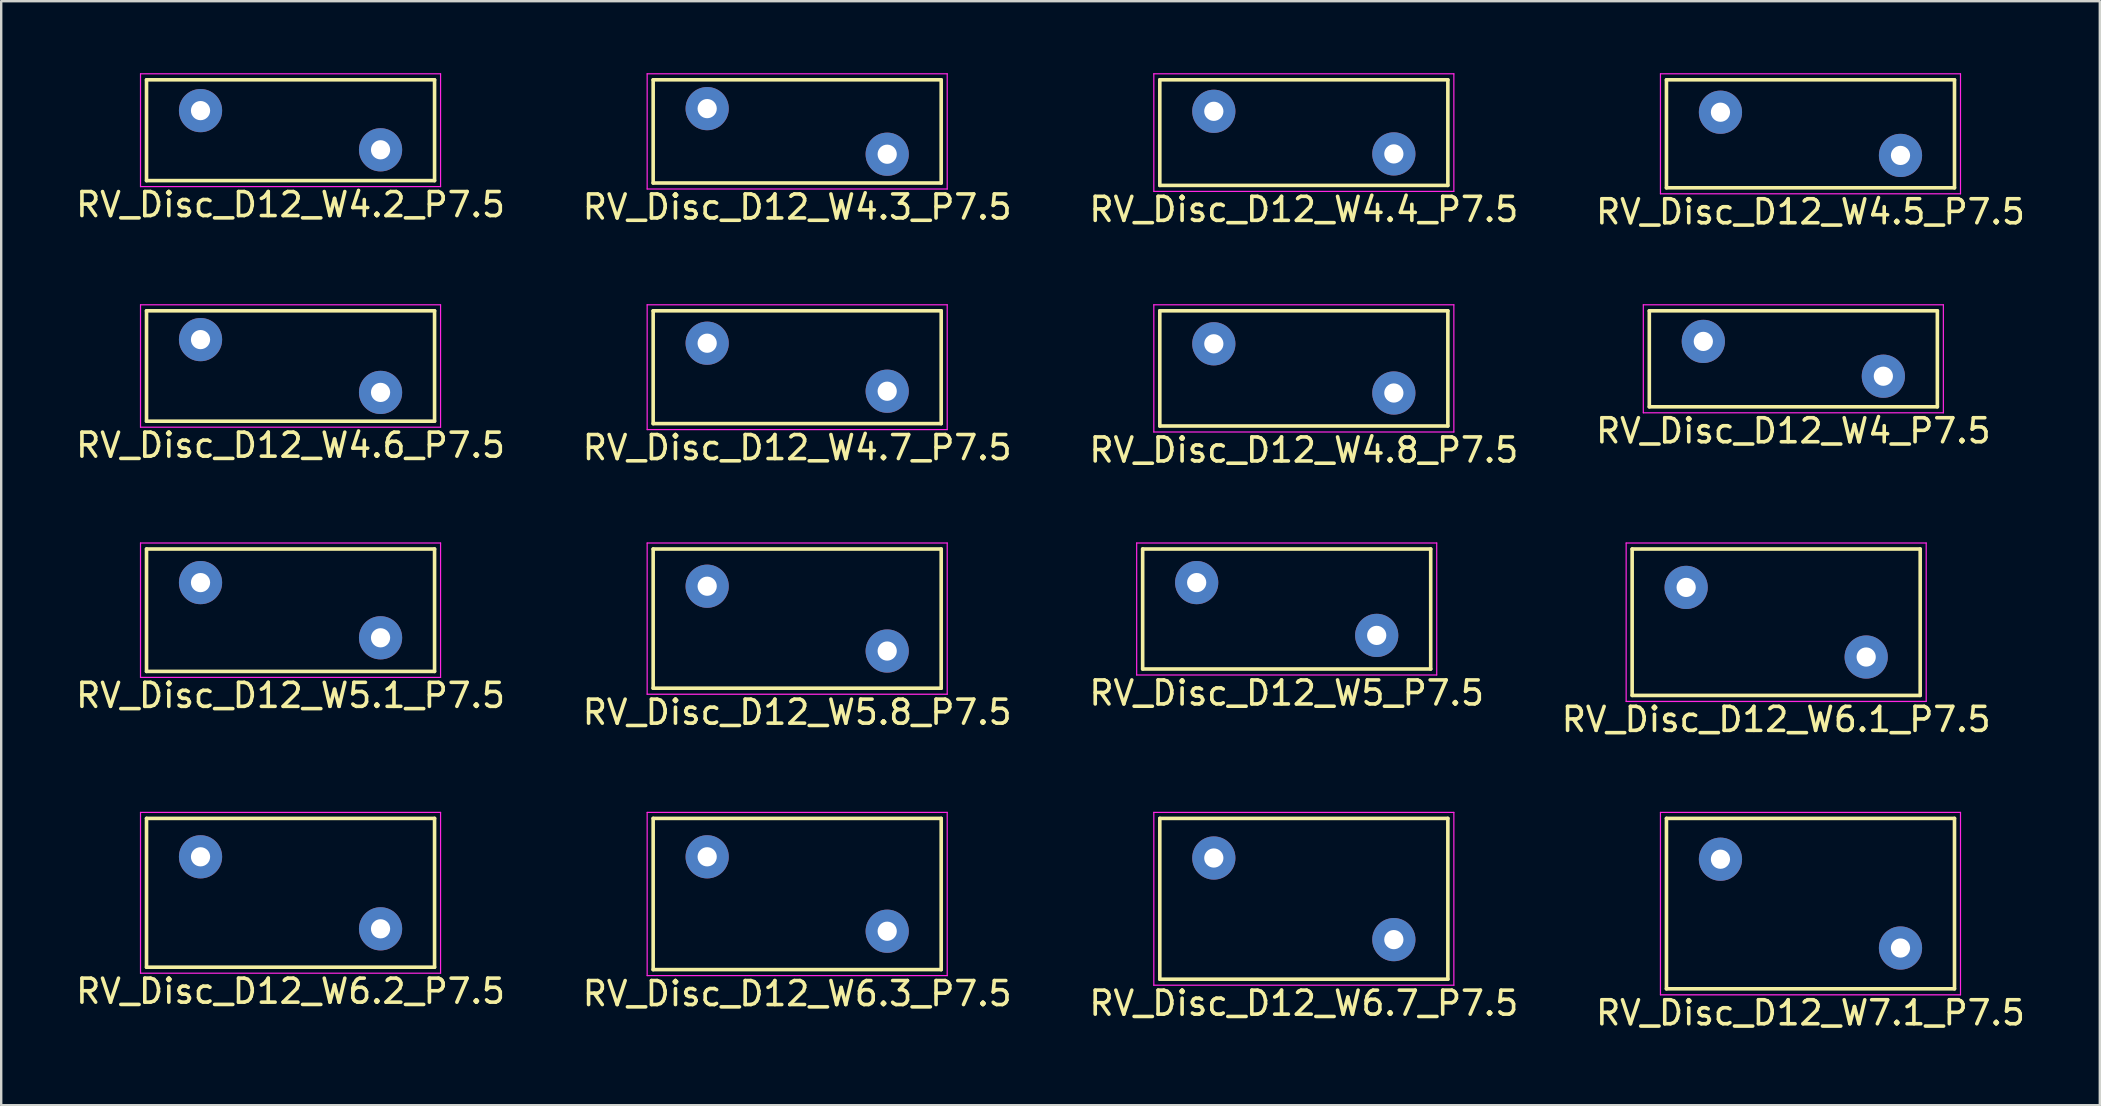
<source format=kicad_pcb>
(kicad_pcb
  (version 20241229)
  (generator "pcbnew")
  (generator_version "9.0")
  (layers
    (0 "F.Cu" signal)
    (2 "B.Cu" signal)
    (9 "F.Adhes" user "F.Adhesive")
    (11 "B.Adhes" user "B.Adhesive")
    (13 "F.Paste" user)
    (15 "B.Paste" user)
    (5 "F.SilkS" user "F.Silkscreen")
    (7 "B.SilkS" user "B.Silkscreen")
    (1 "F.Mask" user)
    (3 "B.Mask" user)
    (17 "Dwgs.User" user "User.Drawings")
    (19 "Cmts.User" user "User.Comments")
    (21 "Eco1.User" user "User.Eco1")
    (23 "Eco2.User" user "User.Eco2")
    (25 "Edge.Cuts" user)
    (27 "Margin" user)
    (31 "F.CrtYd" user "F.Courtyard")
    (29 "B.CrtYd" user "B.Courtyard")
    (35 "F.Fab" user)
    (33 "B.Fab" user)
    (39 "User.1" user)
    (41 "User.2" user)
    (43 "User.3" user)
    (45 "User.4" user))
  (footprint "RV_Disc_D12_W4.8_P7.5"
    (layer "F.Cu")
    (at 47.518 11.273)
    (property "Reference" "RV_Disc_D12_W4.8_P7.5" (at 3.75 4.425 0) (layer "F.SilkS") (effects (font (size 1 1) (thickness 0.15))))
    (attr through_hole)
    (fp_line (start -2.25 -1.375) (end -2.25 3.425) (stroke (width 0.15) (type solid)) (layer "F.SilkS"))
    (fp_line (start -2.25 -1.375) (end 9.75 -1.375) (stroke (width 0.15) (type solid)) (layer "F.SilkS"))
    (fp_line (start -2.25 3.425) (end 9.75 3.425) (stroke (width 0.15) (type solid)) (layer "F.SilkS"))
    (fp_line (start 9.75 -1.375) (end 9.75 3.425) (stroke (width 0.15) (type solid)) (layer "F.SilkS"))
    (fp_line (start -2.5 -1.625) (end -2.5 3.675) (stroke (width 0.05) (type solid)) (layer "F.CrtYd"))
    (fp_line (start -2.5 -1.625) (end 10 -1.625) (stroke (width 0.05) (type solid)) (layer "F.CrtYd"))
    (fp_line (start -2.5 3.675) (end 10 3.675) (stroke (width 0.05) (type solid)) (layer "F.CrtYd"))
    (fp_line (start 10 -1.625) (end 10 3.675) (stroke (width 0.05) (type solid)) (layer "F.CrtYd"))
    (pad "1" thru_hole circle (at 0 0) (size 1.8 1.8) (drill 0.8) (layers "*.Cu" "*.Mask"))
    (pad "2" thru_hole circle (at 7.5 2.05) (size 1.8 1.8) (drill 0.8) (layers "*.Cu" "*.Mask")))
  (footprint "RV_Disc_D12_W4.3_P7.5"
    (layer "F.Cu")
    (at 26.411 1.475)
    (property "Reference" "RV_Disc_D12_W4.3_P7.5" (at 3.75 4.1 0) (layer "F.SilkS") (effects (font (size 1 1) (thickness 0.15))))
    (attr through_hole)
    (fp_line (start -2.25 -1.2) (end -2.25 3.1) (stroke (width 0.15) (type solid)) (layer "F.SilkS"))
    (fp_line (start -2.25 -1.2) (end 9.75 -1.2) (stroke (width 0.15) (type solid)) (layer "F.SilkS"))
    (fp_line (start -2.25 3.1) (end 9.75 3.1) (stroke (width 0.15) (type solid)) (layer "F.SilkS"))
    (fp_line (start 9.75 -1.2) (end 9.75 3.1) (stroke (width 0.15) (type solid)) (layer "F.SilkS"))
    (fp_line (start -2.5 -1.45) (end -2.5 3.35) (stroke (width 0.05) (type solid)) (layer "F.CrtYd"))
    (fp_line (start -2.5 -1.45) (end 10 -1.45) (stroke (width 0.05) (type solid)) (layer "F.CrtYd"))
    (fp_line (start -2.5 3.35) (end 10 3.35) (stroke (width 0.05) (type solid)) (layer "F.CrtYd"))
    (fp_line (start 10 -1.45) (end 10 3.35) (stroke (width 0.05) (type solid)) (layer "F.CrtYd"))
    (pad "1" thru_hole circle (at 0 0) (size 1.8 1.8) (drill 0.8) (layers "*.Cu" "*.Mask"))
    (pad "2" thru_hole circle (at 7.5 1.9) (size 1.8 1.8) (drill 0.8) (layers "*.Cu" "*.Mask")))
  (footprint "RV_Disc_D12_W6.2_P7.5"
    (layer "F.Cu")
    (at 5.304 32.645)
    (property "Reference" "RV_Disc_D12_W6.2_P7.5" (at 3.75 5.6 0) (layer "F.SilkS") (effects (font (size 1 1) (thickness 0.15))))
    (attr through_hole)
    (fp_line (start -2.25 -1.6) (end -2.25 4.6) (stroke (width 0.15) (type solid)) (layer "F.SilkS"))
    (fp_line (start -2.25 -1.6) (end 9.75 -1.6) (stroke (width 0.15) (type solid)) (layer "F.SilkS"))
    (fp_line (start -2.25 4.6) (end 9.75 4.6) (stroke (width 0.15) (type solid)) (layer "F.SilkS"))
    (fp_line (start 9.75 -1.6) (end 9.75 4.6) (stroke (width 0.15) (type solid)) (layer "F.SilkS"))
    (fp_line (start -2.5 -1.85) (end -2.5 4.85) (stroke (width 0.05) (type solid)) (layer "F.CrtYd"))
    (fp_line (start -2.5 -1.85) (end 10 -1.85) (stroke (width 0.05) (type solid)) (layer "F.CrtYd"))
    (fp_line (start -2.5 4.85) (end 10 4.85) (stroke (width 0.05) (type solid)) (layer "F.CrtYd"))
    (fp_line (start 10 -1.85) (end 10 4.85) (stroke (width 0.05) (type solid)) (layer "F.CrtYd"))
    (pad "1" thru_hole circle (at 0 0) (size 1.8 1.8) (drill 0.8) (layers "*.Cu" "*.Mask"))
    (pad "2" thru_hole circle (at 7.5 3) (size 1.8 1.8) (drill 0.8) (layers "*.Cu" "*.Mask")))
  (footprint "RV_Disc_D12_W4.5_P7.5"
    (layer "F.Cu")
    (at 68.625 1.625)
    (property "Reference" "RV_Disc_D12_W4.5_P7.5" (at 3.75 4.15 0) (layer "F.SilkS") (effects (font (size 1 1) (thickness 0.15))))
    (attr through_hole)
    (fp_line (start -2.25 -1.35) (end -2.25 3.15) (stroke (width 0.15) (type solid)) (layer "F.SilkS"))
    (fp_line (start -2.25 -1.35) (end 9.75 -1.35) (stroke (width 0.15) (type solid)) (layer "F.SilkS"))
    (fp_line (start -2.25 3.15) (end 9.75 3.15) (stroke (width 0.15) (type solid)) (layer "F.SilkS"))
    (fp_line (start 9.75 -1.35) (end 9.75 3.15) (stroke (width 0.15) (type solid)) (layer "F.SilkS"))
    (fp_line (start -2.5 -1.6) (end -2.5 3.4) (stroke (width 0.05) (type solid)) (layer "F.CrtYd"))
    (fp_line (start -2.5 -1.6) (end 10 -1.6) (stroke (width 0.05) (type solid)) (layer "F.CrtYd"))
    (fp_line (start -2.5 3.4) (end 10 3.4) (stroke (width 0.05) (type solid)) (layer "F.CrtYd"))
    (fp_line (start 10 -1.6) (end 10 3.4) (stroke (width 0.05) (type solid)) (layer "F.CrtYd"))
    (pad "1" thru_hole circle (at 0 0) (size 1.8 1.8) (drill 0.8) (layers "*.Cu" "*.Mask"))
    (pad "2" thru_hole circle (at 7.5 1.8) (size 1.8 1.8) (drill 0.8) (layers "*.Cu" "*.Mask")))
  (footprint "RV_Disc_D12_W4.4_P7.5"
    (layer "F.Cu")
    (at 47.518 1.587)
    (property "Reference" "RV_Disc_D12_W4.4_P7.5" (at 3.75 4.088 0) (layer "F.SilkS") (effects (font (size 1 1) (thickness 0.15))))
    (attr through_hole)
    (fp_line (start -2.25 -1.312) (end -2.25 3.087) (stroke (width 0.15) (type solid)) (layer "F.SilkS"))
    (fp_line (start -2.25 -1.312) (end 9.75 -1.312) (stroke (width 0.15) (type solid)) (layer "F.SilkS"))
    (fp_line (start -2.25 3.087) (end 9.75 3.087) (stroke (width 0.15) (type solid)) (layer "F.SilkS"))
    (fp_line (start 9.75 -1.312) (end 9.75 3.087) (stroke (width 0.15) (type solid)) (layer "F.SilkS"))
    (fp_line (start -2.5 -1.562) (end -2.5 3.337) (stroke (width 0.05) (type solid)) (layer "F.CrtYd"))
    (fp_line (start -2.5 -1.562) (end 10 -1.562) (stroke (width 0.05) (type solid)) (layer "F.CrtYd"))
    (fp_line (start -2.5 3.337) (end 10 3.337) (stroke (width 0.05) (type solid)) (layer "F.CrtYd"))
    (fp_line (start 10 -1.562) (end 10 3.337) (stroke (width 0.05) (type solid)) (layer "F.CrtYd"))
    (pad "1" thru_hole circle (at 0 0) (size 1.8 1.8) (drill 0.8) (layers "*.Cu" "*.Mask"))
    (pad "2" thru_hole circle (at 7.5 1.775) (size 1.8 1.8) (drill 0.8) (layers "*.Cu" "*.Mask")))
  (footprint "RV_Disc_D12_W4.2_P7.5"
    (layer "F.Cu")
    (at 5.304 1.558)
    (property "Reference" "RV_Disc_D12_W4.2_P7.5" (at 3.75 3.917 0) (layer "F.SilkS") (effects (font (size 1 1) (thickness 0.15))))
    (attr through_hole)
    (fp_line (start -2.25 -1.283) (end -2.25 2.917) (stroke (width 0.15) (type solid)) (layer "F.SilkS"))
    (fp_line (start -2.25 -1.283) (end 9.75 -1.283) (stroke (width 0.15) (type solid)) (layer "F.SilkS"))
    (fp_line (start -2.25 2.917) (end 9.75 2.917) (stroke (width 0.15) (type solid)) (layer "F.SilkS"))
    (fp_line (start 9.75 -1.283) (end 9.75 2.917) (stroke (width 0.15) (type solid)) (layer "F.SilkS"))
    (fp_line (start -2.5 -1.533) (end -2.5 3.167) (stroke (width 0.05) (type solid)) (layer "F.CrtYd"))
    (fp_line (start -2.5 -1.533) (end 10 -1.533) (stroke (width 0.05) (type solid)) (layer "F.CrtYd"))
    (fp_line (start -2.5 3.167) (end 10 3.167) (stroke (width 0.05) (type solid)) (layer "F.CrtYd"))
    (fp_line (start 10 -1.533) (end 10 3.167) (stroke (width 0.05) (type solid)) (layer "F.CrtYd"))
    (pad "1" thru_hole circle (at 0 0) (size 1.8 1.8) (drill 0.8) (layers "*.Cu" "*.Mask"))
    (pad "2" thru_hole circle (at 7.5 1.633) (size 1.8 1.8) (drill 0.8) (layers "*.Cu" "*.Mask")))
  (footprint "RV_Disc_D12_W5.1_P7.5"
    (layer "F.Cu")
    (at 5.304 21.221)
    (property "Reference" "RV_Disc_D12_W5.1_P7.5" (at 3.75 4.7 0) (layer "F.SilkS") (effects (font (size 1 1) (thickness 0.15))))
    (attr through_hole)
    (fp_line (start -2.25 -1.4) (end -2.25 3.7) (stroke (width 0.15) (type solid)) (layer "F.SilkS"))
    (fp_line (start -2.25 -1.4) (end 9.75 -1.4) (stroke (width 0.15) (type solid)) (layer "F.SilkS"))
    (fp_line (start -2.25 3.7) (end 9.75 3.7) (stroke (width 0.15) (type solid)) (layer "F.SilkS"))
    (fp_line (start 9.75 -1.4) (end 9.75 3.7) (stroke (width 0.15) (type solid)) (layer "F.SilkS"))
    (fp_line (start -2.5 -1.65) (end -2.5 3.95) (stroke (width 0.05) (type solid)) (layer "F.CrtYd"))
    (fp_line (start -2.5 -1.65) (end 10 -1.65) (stroke (width 0.05) (type solid)) (layer "F.CrtYd"))
    (fp_line (start -2.5 3.95) (end 10 3.95) (stroke (width 0.05) (type solid)) (layer "F.CrtYd"))
    (fp_line (start 10 -1.65) (end 10 3.95) (stroke (width 0.05) (type solid)) (layer "F.CrtYd"))
    (pad "1" thru_hole circle (at 0 0) (size 1.8 1.8) (drill 0.8) (layers "*.Cu" "*.Mask"))
    (pad "2" thru_hole circle (at 7.5 2.3) (size 1.8 1.8) (drill 0.8) (layers "*.Cu" "*.Mask")))
  (footprint "RV_Disc_D12_W5_P7.5"
    (layer "F.Cu")
    (at 46.804 21.221)
    (property "Reference" "RV_Disc_D12_W5_P7.5" (at 3.75 4.6 0) (layer "F.SilkS") (effects (font (size 1 1) (thickness 0.15))))
    (attr through_hole)
    (fp_line (start -2.25 -1.4) (end -2.25 3.6) (stroke (width 0.15) (type solid)) (layer "F.SilkS"))
    (fp_line (start -2.25 -1.4) (end 9.75 -1.4) (stroke (width 0.15) (type solid)) (layer "F.SilkS"))
    (fp_line (start -2.25 3.6) (end 9.75 3.6) (stroke (width 0.15) (type solid)) (layer "F.SilkS"))
    (fp_line (start 9.75 -1.4) (end 9.75 3.6) (stroke (width 0.15) (type solid)) (layer "F.SilkS"))
    (fp_line (start -2.5 -1.65) (end -2.5 3.85) (stroke (width 0.05) (type solid)) (layer "F.CrtYd"))
    (fp_line (start -2.5 -1.65) (end 10 -1.65) (stroke (width 0.05) (type solid)) (layer "F.CrtYd"))
    (fp_line (start -2.5 3.85) (end 10 3.85) (stroke (width 0.05) (type solid)) (layer "F.CrtYd"))
    (fp_line (start 10 -1.65) (end 10 3.85) (stroke (width 0.05) (type solid)) (layer "F.CrtYd"))
    (pad "1" thru_hole circle (at 0 0) (size 1.8 1.8) (drill 0.8) (layers "*.Cu" "*.Mask"))
    (pad "2" thru_hole circle (at 7.5 2.2) (size 1.8 1.8) (drill 0.8) (layers "*.Cu" "*.Mask")))
  (footprint "RV_Disc_D12_W7.1_P7.5"
    (layer "F.Cu")
    (at 68.625 32.745)
    (property "Reference" "RV_Disc_D12_W7.1_P7.5" (at 3.75 6.4 0) (layer "F.SilkS") (effects (font (size 1 1) (thickness 0.15))))
    (attr through_hole)
    (fp_line (start -2.25 -1.7) (end -2.25 5.4) (stroke (width 0.15) (type solid)) (layer "F.SilkS"))
    (fp_line (start -2.25 -1.7) (end 9.75 -1.7) (stroke (width 0.15) (type solid)) (layer "F.SilkS"))
    (fp_line (start -2.25 5.4) (end 9.75 5.4) (stroke (width 0.15) (type solid)) (layer "F.SilkS"))
    (fp_line (start 9.75 -1.7) (end 9.75 5.4) (stroke (width 0.15) (type solid)) (layer "F.SilkS"))
    (fp_line (start -2.5 -1.95) (end -2.5 5.65) (stroke (width 0.05) (type solid)) (layer "F.CrtYd"))
    (fp_line (start -2.5 -1.95) (end 10 -1.95) (stroke (width 0.05) (type solid)) (layer "F.CrtYd"))
    (fp_line (start -2.5 5.65) (end 10 5.65) (stroke (width 0.05) (type solid)) (layer "F.CrtYd"))
    (fp_line (start 10 -1.95) (end 10 5.65) (stroke (width 0.05) (type solid)) (layer "F.CrtYd"))
    (pad "1" thru_hole circle (at 0 0) (size 1.8 1.8) (drill 0.8) (layers "*.Cu" "*.Mask"))
    (pad "2" thru_hole circle (at 7.5 3.7) (size 1.8 1.8) (drill 0.8) (layers "*.Cu" "*.Mask")))
  (footprint "RV_Disc_D12_W5.8_P7.5"
    (layer "F.Cu")
    (at 26.411 21.372)
    (property "Reference" "RV_Disc_D12_W5.8_P7.5" (at 3.75 5.25 0) (layer "F.SilkS") (effects (font (size 1 1) (thickness 0.15))))
    (attr through_hole)
    (fp_line (start -2.25 -1.55) (end -2.25 4.25) (stroke (width 0.15) (type solid)) (layer "F.SilkS"))
    (fp_line (start -2.25 -1.55) (end 9.75 -1.55) (stroke (width 0.15) (type solid)) (layer "F.SilkS"))
    (fp_line (start -2.25 4.25) (end 9.75 4.25) (stroke (width 0.15) (type solid)) (layer "F.SilkS"))
    (fp_line (start 9.75 -1.55) (end 9.75 4.25) (stroke (width 0.15) (type solid)) (layer "F.SilkS"))
    (fp_line (start -2.5 -1.8) (end -2.5 4.5) (stroke (width 0.05) (type solid)) (layer "F.CrtYd"))
    (fp_line (start -2.5 -1.8) (end 10 -1.8) (stroke (width 0.05) (type solid)) (layer "F.CrtYd"))
    (fp_line (start -2.5 4.5) (end 10 4.5) (stroke (width 0.05) (type solid)) (layer "F.CrtYd"))
    (fp_line (start 10 -1.8) (end 10 4.5) (stroke (width 0.05) (type solid)) (layer "F.CrtYd"))
    (pad "1" thru_hole circle (at 0 0) (size 1.8 1.8) (drill 0.8) (layers "*.Cu" "*.Mask"))
    (pad "2" thru_hole circle (at 7.5 2.7) (size 1.8 1.8) (drill 0.8) (layers "*.Cu" "*.Mask")))
  (footprint "RV_Disc_D12_W4.7_P7.5"
    (layer "F.Cu")
    (at 26.411 11.248)
    (property "Reference" "RV_Disc_D12_W4.7_P7.5" (at 3.75 4.35 0) (layer "F.SilkS") (effects (font (size 1 1) (thickness 0.15))))
    (attr through_hole)
    (fp_line (start -2.25 -1.35) (end -2.25 3.35) (stroke (width 0.15) (type solid)) (layer "F.SilkS"))
    (fp_line (start -2.25 -1.35) (end 9.75 -1.35) (stroke (width 0.15) (type solid)) (layer "F.SilkS"))
    (fp_line (start -2.25 3.35) (end 9.75 3.35) (stroke (width 0.15) (type solid)) (layer "F.SilkS"))
    (fp_line (start 9.75 -1.35) (end 9.75 3.35) (stroke (width 0.15) (type solid)) (layer "F.SilkS"))
    (fp_line (start -2.5 -1.6) (end -2.5 3.6) (stroke (width 0.05) (type solid)) (layer "F.CrtYd"))
    (fp_line (start -2.5 -1.6) (end 10 -1.6) (stroke (width 0.05) (type solid)) (layer "F.CrtYd"))
    (fp_line (start -2.5 3.6) (end 10 3.6) (stroke (width 0.05) (type solid)) (layer "F.CrtYd"))
    (fp_line (start 10 -1.6) (end 10 3.6) (stroke (width 0.05) (type solid)) (layer "F.CrtYd"))
    (pad "1" thru_hole circle (at 0 0) (size 1.8 1.8) (drill 0.8) (layers "*.Cu" "*.Mask"))
    (pad "2" thru_hole circle (at 7.5 2) (size 1.8 1.8) (drill 0.8) (layers "*.Cu" "*.Mask")))
  (footprint "RV_Disc_D12_W4.6_P7.5"
    (layer "F.Cu")
    (at 5.304 11.098)
    (property "Reference" "RV_Disc_D12_W4.6_P7.5" (at 3.75 4.4 0) (layer "F.SilkS") (effects (font (size 1 1) (thickness 0.15))))
    (attr through_hole)
    (fp_line (start -2.25 -1.2) (end -2.25 3.4) (stroke (width 0.15) (type solid)) (layer "F.SilkS"))
    (fp_line (start -2.25 -1.2) (end 9.75 -1.2) (stroke (width 0.15) (type solid)) (layer "F.SilkS"))
    (fp_line (start -2.25 3.4) (end 9.75 3.4) (stroke (width 0.15) (type solid)) (layer "F.SilkS"))
    (fp_line (start 9.75 -1.2) (end 9.75 3.4) (stroke (width 0.15) (type solid)) (layer "F.SilkS"))
    (fp_line (start -2.5 -1.45) (end -2.5 3.65) (stroke (width 0.05) (type solid)) (layer "F.CrtYd"))
    (fp_line (start -2.5 -1.45) (end 10 -1.45) (stroke (width 0.05) (type solid)) (layer "F.CrtYd"))
    (fp_line (start -2.5 3.65) (end 10 3.65) (stroke (width 0.05) (type solid)) (layer "F.CrtYd"))
    (fp_line (start 10 -1.45) (end 10 3.65) (stroke (width 0.05) (type solid)) (layer "F.CrtYd"))
    (pad "1" thru_hole circle (at 0 0) (size 1.8 1.8) (drill 0.8) (layers "*.Cu" "*.Mask"))
    (pad "2" thru_hole circle (at 7.5 2.2) (size 1.8 1.8) (drill 0.8) (layers "*.Cu" "*.Mask")))
  (footprint "RV_Disc_D12_W6.1_P7.5"
    (layer "F.Cu")
    (at 67.196 21.422)
    (property "Reference" "RV_Disc_D12_W6.1_P7.5" (at 3.75 5.5 0) (layer "F.SilkS") (effects (font (size 1 1) (thickness 0.15))))
    (attr through_hole)
    (fp_line (start -2.25 -1.6) (end -2.25 4.5) (stroke (width 0.15) (type solid)) (layer "F.SilkS"))
    (fp_line (start -2.25 -1.6) (end 9.75 -1.6) (stroke (width 0.15) (type solid)) (layer "F.SilkS"))
    (fp_line (start -2.25 4.5) (end 9.75 4.5) (stroke (width 0.15) (type solid)) (layer "F.SilkS"))
    (fp_line (start 9.75 -1.6) (end 9.75 4.5) (stroke (width 0.15) (type solid)) (layer "F.SilkS"))
    (fp_line (start -2.5 -1.85) (end -2.5 4.75) (stroke (width 0.05) (type solid)) (layer "F.CrtYd"))
    (fp_line (start -2.5 -1.85) (end 10 -1.85) (stroke (width 0.05) (type solid)) (layer "F.CrtYd"))
    (fp_line (start -2.5 4.75) (end 10 4.75) (stroke (width 0.05) (type solid)) (layer "F.CrtYd"))
    (fp_line (start 10 -1.85) (end 10 4.75) (stroke (width 0.05) (type solid)) (layer "F.CrtYd"))
    (pad "1" thru_hole circle (at 0 0) (size 1.8 1.8) (drill 0.8) (layers "*.Cu" "*.Mask"))
    (pad "2" thru_hole circle (at 7.5 2.9) (size 1.8 1.8) (drill 0.8) (layers "*.Cu" "*.Mask")))
  (footprint "RV_Disc_D12_W6.3_P7.5"
    (layer "F.Cu")
    (at 26.411 32.645)
    (property "Reference" "RV_Disc_D12_W6.3_P7.5" (at 3.75 5.7 0) (layer "F.SilkS") (effects (font (size 1 1) (thickness 0.15))))
    (attr through_hole)
    (fp_line (start -2.25 -1.6) (end -2.25 4.7) (stroke (width 0.15) (type solid)) (layer "F.SilkS"))
    (fp_line (start -2.25 -1.6) (end 9.75 -1.6) (stroke (width 0.15) (type solid)) (layer "F.SilkS"))
    (fp_line (start -2.25 4.7) (end 9.75 4.7) (stroke (width 0.15) (type solid)) (layer "F.SilkS"))
    (fp_line (start 9.75 -1.6) (end 9.75 4.7) (stroke (width 0.15) (type solid)) (layer "F.SilkS"))
    (fp_line (start -2.5 -1.85) (end -2.5 4.95) (stroke (width 0.05) (type solid)) (layer "F.CrtYd"))
    (fp_line (start -2.5 -1.85) (end 10 -1.85) (stroke (width 0.05) (type solid)) (layer "F.CrtYd"))
    (fp_line (start -2.5 4.95) (end 10 4.95) (stroke (width 0.05) (type solid)) (layer "F.CrtYd"))
    (fp_line (start 10 -1.85) (end 10 4.95) (stroke (width 0.05) (type solid)) (layer "F.CrtYd"))
    (pad "1" thru_hole circle (at 0 0) (size 1.8 1.8) (drill 0.8) (layers "*.Cu" "*.Mask"))
    (pad "2" thru_hole circle (at 7.5 3.1) (size 1.8 1.8) (drill 0.8) (layers "*.Cu" "*.Mask")))
  (footprint "RV_Disc_D12_W4_P7.5"
    (layer "F.Cu")
    (at 67.911 11.173)
    (property "Reference" "RV_Disc_D12_W4_P7.5" (at 3.75 3.725 0) (layer "F.SilkS") (effects (font (size 1 1) (thickness 0.15))))
    (attr through_hole)
    (fp_line (start -2.25 -1.275) (end -2.25 2.725) (stroke (width 0.15) (type solid)) (layer "F.SilkS"))
    (fp_line (start -2.25 -1.275) (end 9.75 -1.275) (stroke (width 0.15) (type solid)) (layer "F.SilkS"))
    (fp_line (start -2.25 2.725) (end 9.75 2.725) (stroke (width 0.15) (type solid)) (layer "F.SilkS"))
    (fp_line (start 9.75 -1.275) (end 9.75 2.725) (stroke (width 0.15) (type solid)) (layer "F.SilkS"))
    (fp_line (start -2.5 -1.525) (end -2.5 2.975) (stroke (width 0.05) (type solid)) (layer "F.CrtYd"))
    (fp_line (start -2.5 -1.525) (end 10 -1.525) (stroke (width 0.05) (type solid)) (layer "F.CrtYd"))
    (fp_line (start -2.5 2.975) (end 10 2.975) (stroke (width 0.05) (type solid)) (layer "F.CrtYd"))
    (fp_line (start 10 -1.525) (end 10 2.975) (stroke (width 0.05) (type solid)) (layer "F.CrtYd"))
    (pad "1" thru_hole circle (at 0 0) (size 1.8 1.8) (drill 0.8) (layers "*.Cu" "*.Mask"))
    (pad "2" thru_hole circle (at 7.5 1.45) (size 1.8 1.8) (drill 0.8) (layers "*.Cu" "*.Mask")))
  (footprint "RV_Disc_D12_W6.7_P7.5"
    (layer "F.Cu")
    (at 47.518 32.695)
    (property "Reference" "RV_Disc_D12_W6.7_P7.5" (at 3.75 6.05 0) (layer "F.SilkS") (effects (font (size 1 1) (thickness 0.15))))
    (attr through_hole)
    (fp_line (start -2.25 -1.65) (end -2.25 5.05) (stroke (width 0.15) (type solid)) (layer "F.SilkS"))
    (fp_line (start -2.25 -1.65) (end 9.75 -1.65) (stroke (width 0.15) (type solid)) (layer "F.SilkS"))
    (fp_line (start -2.25 5.05) (end 9.75 5.05) (stroke (width 0.15) (type solid)) (layer "F.SilkS"))
    (fp_line (start 9.75 -1.65) (end 9.75 5.05) (stroke (width 0.15) (type solid)) (layer "F.SilkS"))
    (fp_line (start -2.5 -1.9) (end -2.5 5.3) (stroke (width 0.05) (type solid)) (layer "F.CrtYd"))
    (fp_line (start -2.5 -1.9) (end 10 -1.9) (stroke (width 0.05) (type solid)) (layer "F.CrtYd"))
    (fp_line (start -2.5 5.3) (end 10 5.3) (stroke (width 0.05) (type solid)) (layer "F.CrtYd"))
    (fp_line (start 10 -1.9) (end 10 5.3) (stroke (width 0.05) (type solid)) (layer "F.CrtYd"))
    (pad "1" thru_hole circle (at 0 0) (size 1.8 1.8) (drill 0.8) (layers "*.Cu" "*.Mask"))
    (pad "2" thru_hole circle (at 7.5 3.4) (size 1.8 1.8) (drill 0.8) (layers "*.Cu" "*.Mask")))
  (gr_rect
    (start -3 -3)
    (end 84.429 42.993)
    (stroke (width 0.1) (type default))
    (fill no)
    (layer "Edge.Cuts")))
</source>
